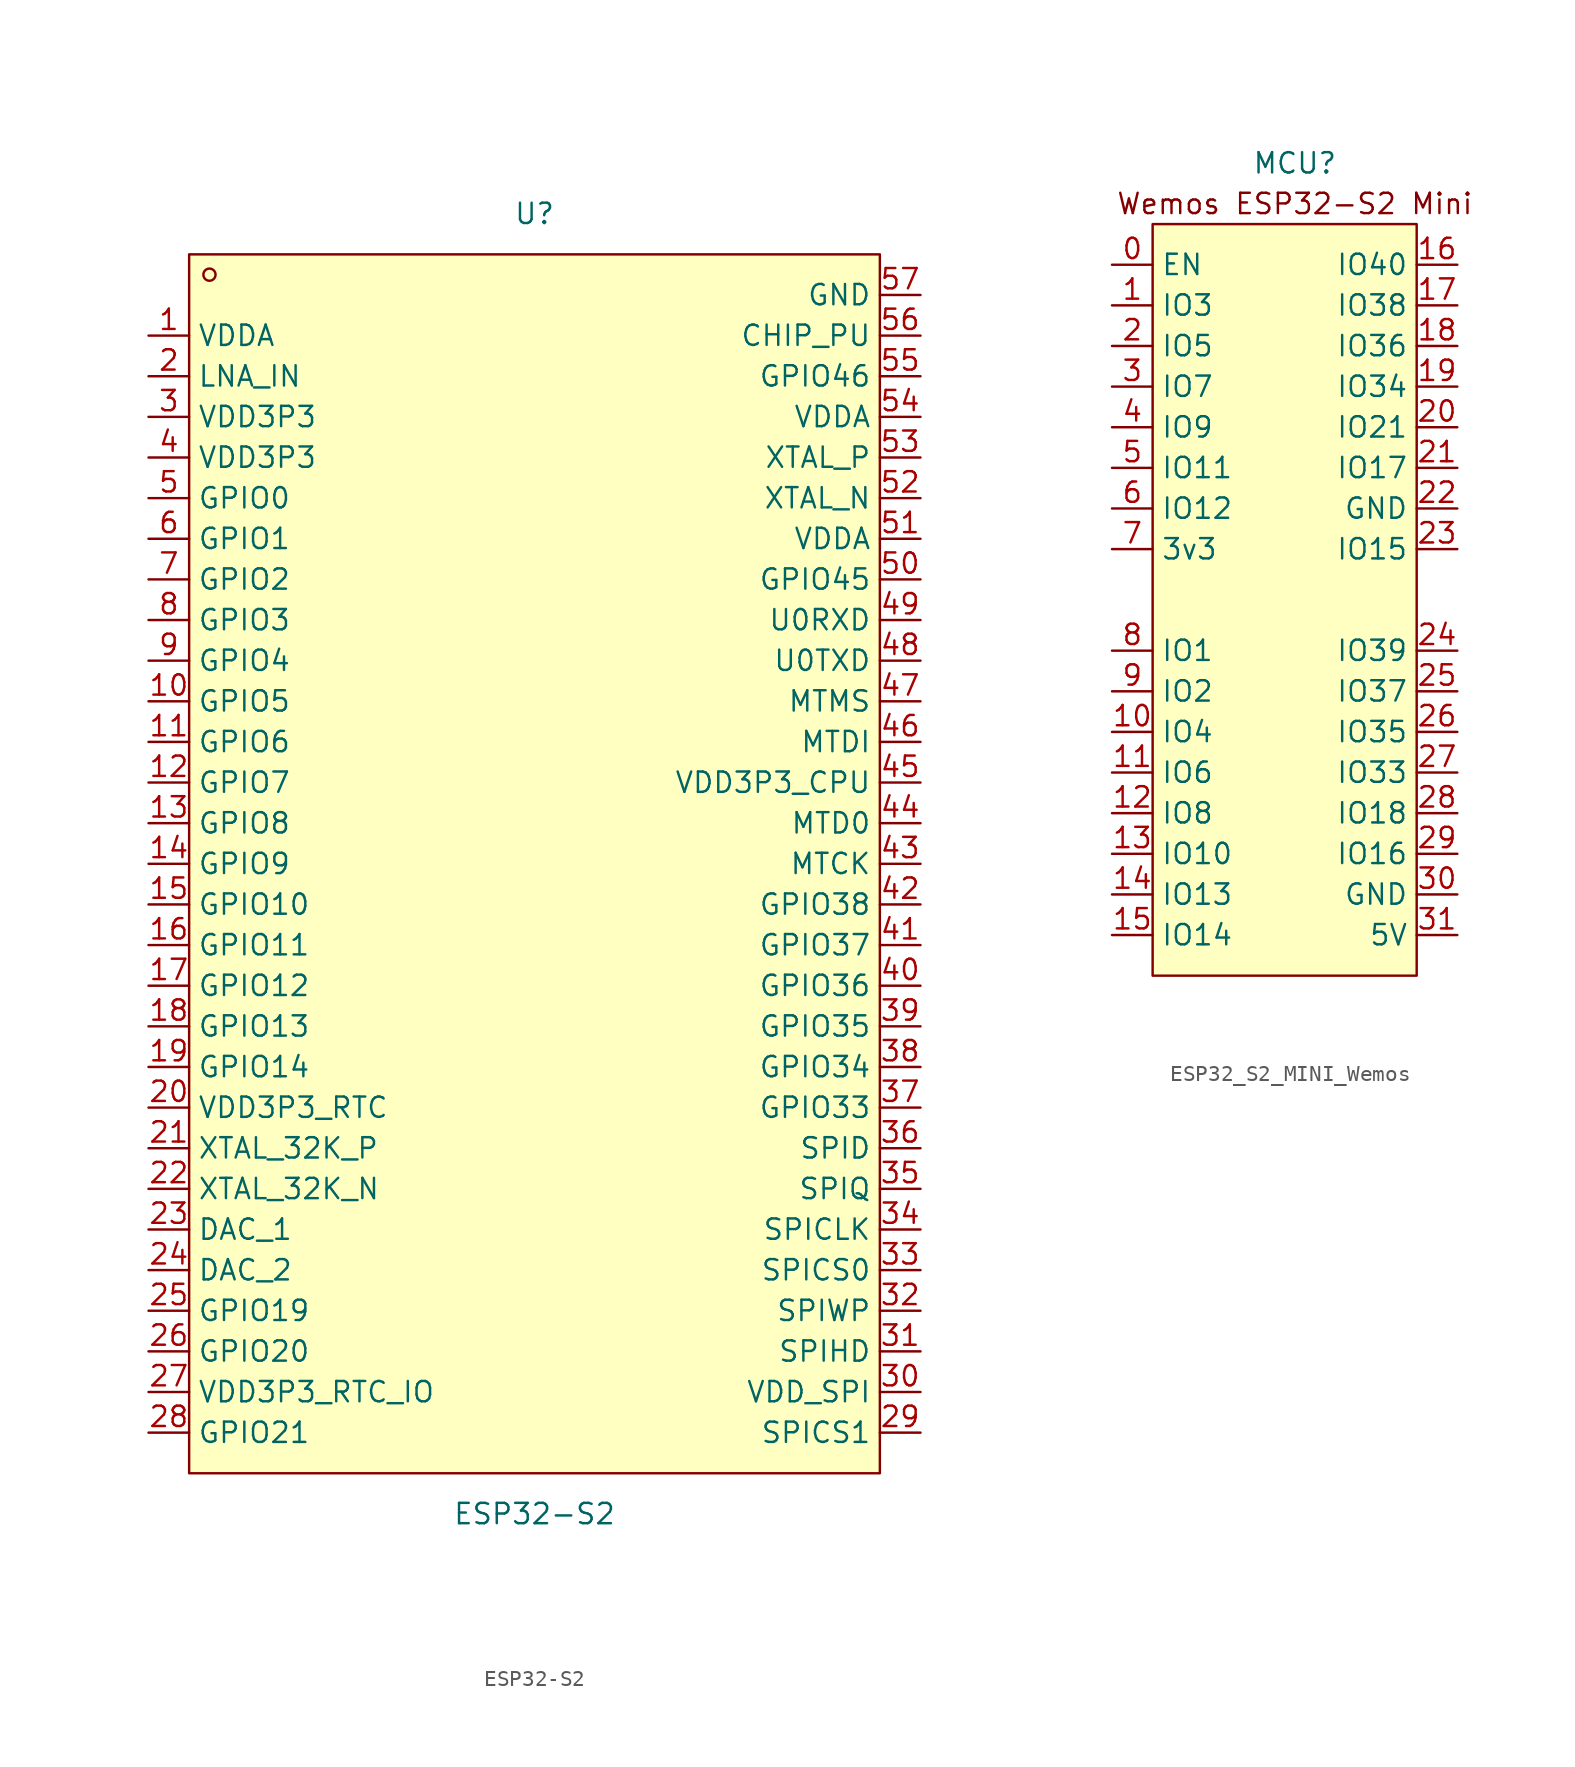
<source format=kicad_sym>
(kicad_symbol_lib
  (version 20220914)
  (generator kicad_symbol_editor)
  (symbol "ESP32-S2"
    (property "Reference" "U"
      (at 0 40.64 0)
      (effects (font (size 1.27 1.27))))
    (property "Value" "ESP32-S2"
      (at 0 -40.64 0)
      (effects (font (size 1.27 1.27))))
    (symbol "ESP32-S2_0_1"
      (rectangle (start -21.59 38.1) (end 21.59 -38.1) (stroke (width 0) (type default)) (fill (type background)))
      (circle (center -20.32 36.83) (radius 0.38) (stroke (width 0) (type default)) (fill (type none)))
      (pin unspecified line (at -24.13 33.02 0) (length 2.54) (name "VDDA" (effects (font (size 1.27 1.27)))) (number "1" (effects (font (size 1.27 1.27)))))
      (pin unspecified line (at -24.13 10.16 0) (length 2.54) (name "GPIO5" (effects (font (size 1.27 1.27)))) (number "10" (effects (font (size 1.27 1.27)))))
      (pin unspecified line (at -24.13 7.62 0) (length 2.54) (name "GPIO6" (effects (font (size 1.27 1.27)))) (number "11" (effects (font (size 1.27 1.27)))))
      (pin unspecified line (at -24.13 5.08 0) (length 2.54) (name "GPIO7" (effects (font (size 1.27 1.27)))) (number "12" (effects (font (size 1.27 1.27)))))
      (pin unspecified line (at -24.13 2.54 0) (length 2.54) (name "GPIO8" (effects (font (size 1.27 1.27)))) (number "13" (effects (font (size 1.27 1.27)))))
      (pin unspecified line (at -24.13 0 0) (length 2.54) (name "GPIO9" (effects (font (size 1.27 1.27)))) (number "14" (effects (font (size 1.27 1.27)))))
      (pin unspecified line (at -24.13 -2.54 0) (length 2.54) (name "GPIO10" (effects (font (size 1.27 1.27)))) (number "15" (effects (font (size 1.27 1.27)))))
      (pin unspecified line (at -24.13 -5.08 0) (length 2.54) (name "GPIO11" (effects (font (size 1.27 1.27)))) (number "16" (effects (font (size 1.27 1.27)))))
      (pin unspecified line (at -24.13 -7.62 0) (length 2.54) (name "GPIO12" (effects (font (size 1.27 1.27)))) (number "17" (effects (font (size 1.27 1.27)))))
      (pin unspecified line (at -24.13 -10.16 0) (length 2.54) (name "GPIO13" (effects (font (size 1.27 1.27)))) (number "18" (effects (font (size 1.27 1.27)))))
      (pin unspecified line (at -24.13 -12.7 0) (length 2.54) (name "GPIO14" (effects (font (size 1.27 1.27)))) (number "19" (effects (font (size 1.27 1.27)))))
      (pin unspecified line (at -24.13 30.48 0) (length 2.54) (name "LNA_IN" (effects (font (size 1.27 1.27)))) (number "2" (effects (font (size 1.27 1.27)))))
      (pin unspecified line (at -24.13 -15.24 0) (length 2.54) (name "VDD3P3_RTC" (effects (font (size 1.27 1.27)))) (number "20" (effects (font (size 1.27 1.27)))))
      (pin unspecified line (at -24.13 -17.78 0) (length 2.54) (name "XTAL_32K_P" (effects (font (size 1.27 1.27)))) (number "21" (effects (font (size 1.27 1.27)))))
      (pin unspecified line (at -24.13 -20.32 0) (length 2.54) (name "XTAL_32K_N" (effects (font (size 1.27 1.27)))) (number "22" (effects (font (size 1.27 1.27)))))
      (pin unspecified line (at -24.13 -22.86 0) (length 2.54) (name "DAC_1" (effects (font (size 1.27 1.27)))) (number "23" (effects (font (size 1.27 1.27)))))
      (pin unspecified line (at -24.13 -25.4 0) (length 2.54) (name "DAC_2" (effects (font (size 1.27 1.27)))) (number "24" (effects (font (size 1.27 1.27)))))
      (pin unspecified line (at -24.13 -27.94 0) (length 2.54) (name "GPIO19" (effects (font (size 1.27 1.27)))) (number "25" (effects (font (size 1.27 1.27)))))
      (pin unspecified line (at -24.13 -30.48 0) (length 2.54) (name "GPIO20" (effects (font (size 1.27 1.27)))) (number "26" (effects (font (size 1.27 1.27)))))
      (pin unspecified line (at -24.13 -33.02 0) (length 2.54) (name "VDD3P3_RTC_IO" (effects (font (size 1.27 1.27)))) (number "27" (effects (font (size 1.27 1.27)))))
      (pin unspecified line (at -24.13 -35.56 0) (length 2.54) (name "GPIO21" (effects (font (size 1.27 1.27)))) (number "28" (effects (font (size 1.27 1.27)))))
      (pin unspecified line (at 24.13 -35.56 180) (length 2.54) (name "SPICS1" (effects (font (size 1.27 1.27)))) (number "29" (effects (font (size 1.27 1.27)))))
      (pin unspecified line (at -24.13 27.94 0) (length 2.54) (name "VDD3P3" (effects (font (size 1.27 1.27)))) (number "3" (effects (font (size 1.27 1.27)))))
      (pin unspecified line (at 24.13 -33.02 180) (length 2.54) (name "VDD_SPI" (effects (font (size 1.27 1.27)))) (number "30" (effects (font (size 1.27 1.27)))))
      (pin unspecified line (at 24.13 -30.48 180) (length 2.54) (name "SPIHD" (effects (font (size 1.27 1.27)))) (number "31" (effects (font (size 1.27 1.27)))))
      (pin unspecified line (at 24.13 -27.94 180) (length 2.54) (name "SPIWP" (effects (font (size 1.27 1.27)))) (number "32" (effects (font (size 1.27 1.27)))))
      (pin unspecified line (at 24.13 -25.4 180) (length 2.54) (name "SPICS0" (effects (font (size 1.27 1.27)))) (number "33" (effects (font (size 1.27 1.27)))))
      (pin unspecified line (at 24.13 -22.86 180) (length 2.54) (name "SPICLK" (effects (font (size 1.27 1.27)))) (number "34" (effects (font (size 1.27 1.27)))))
      (pin unspecified line (at 24.13 -20.32 180) (length 2.54) (name "SPIQ" (effects (font (size 1.27 1.27)))) (number "35" (effects (font (size 1.27 1.27)))))
      (pin unspecified line (at 24.13 -17.78 180) (length 2.54) (name "SPID" (effects (font (size 1.27 1.27)))) (number "36" (effects (font (size 1.27 1.27)))))
      (pin unspecified line (at 24.13 -15.24 180) (length 2.54) (name "GPIO33" (effects (font (size 1.27 1.27)))) (number "37" (effects (font (size 1.27 1.27)))))
      (pin unspecified line (at 24.13 -12.7 180) (length 2.54) (name "GPIO34" (effects (font (size 1.27 1.27)))) (number "38" (effects (font (size 1.27 1.27)))))
      (pin unspecified line (at 24.13 -10.16 180) (length 2.54) (name "GPIO35" (effects (font (size 1.27 1.27)))) (number "39" (effects (font (size 1.27 1.27)))))
      (pin unspecified line (at -24.13 25.4 0) (length 2.54) (name "VDD3P3" (effects (font (size 1.27 1.27)))) (number "4" (effects (font (size 1.27 1.27)))))
      (pin unspecified line (at 24.13 -7.62 180) (length 2.54) (name "GPIO36" (effects (font (size 1.27 1.27)))) (number "40" (effects (font (size 1.27 1.27)))))
      (pin unspecified line (at 24.13 -5.08 180) (length 2.54) (name "GPIO37" (effects (font (size 1.27 1.27)))) (number "41" (effects (font (size 1.27 1.27)))))
      (pin unspecified line (at 24.13 -2.54 180) (length 2.54) (name "GPIO38" (effects (font (size 1.27 1.27)))) (number "42" (effects (font (size 1.27 1.27)))))
      (pin unspecified line (at 24.13 0 180) (length 2.54) (name "MTCK" (effects (font (size 1.27 1.27)))) (number "43" (effects (font (size 1.27 1.27)))))
      (pin unspecified line (at 24.13 2.54 180) (length 2.54) (name "MTD0" (effects (font (size 1.27 1.27)))) (number "44" (effects (font (size 1.27 1.27)))))
      (pin unspecified line (at 24.13 5.08 180) (length 2.54) (name "VDD3P3_CPU" (effects (font (size 1.27 1.27)))) (number "45" (effects (font (size 1.27 1.27)))))
      (pin unspecified line (at 24.13 7.62 180) (length 2.54) (name "MTDI" (effects (font (size 1.27 1.27)))) (number "46" (effects (font (size 1.27 1.27)))))
      (pin unspecified line (at 24.13 10.16 180) (length 2.54) (name "MTMS" (effects (font (size 1.27 1.27)))) (number "47" (effects (font (size 1.27 1.27)))))
      (pin unspecified line (at 24.13 12.7 180) (length 2.54) (name "U0TXD" (effects (font (size 1.27 1.27)))) (number "48" (effects (font (size 1.27 1.27)))))
      (pin unspecified line (at 24.13 15.24 180) (length 2.54) (name "U0RXD" (effects (font (size 1.27 1.27)))) (number "49" (effects (font (size 1.27 1.27)))))
      (pin unspecified line (at -24.13 22.86 0) (length 2.54) (name "GPIO0" (effects (font (size 1.27 1.27)))) (number "5" (effects (font (size 1.27 1.27)))))
      (pin unspecified line (at 24.13 17.78 180) (length 2.54) (name "GPIO45" (effects (font (size 1.27 1.27)))) (number "50" (effects (font (size 1.27 1.27)))))
      (pin unspecified line (at 24.13 20.32 180) (length 2.54) (name "VDDA" (effects (font (size 1.27 1.27)))) (number "51" (effects (font (size 1.27 1.27)))))
      (pin unspecified line (at 24.13 22.86 180) (length 2.54) (name "XTAL_N" (effects (font (size 1.27 1.27)))) (number "52" (effects (font (size 1.27 1.27)))))
      (pin unspecified line (at 24.13 25.4 180) (length 2.54) (name "XTAL_P" (effects (font (size 1.27 1.27)))) (number "53" (effects (font (size 1.27 1.27)))))
      (pin unspecified line (at 24.13 27.94 180) (length 2.54) (name "VDDA" (effects (font (size 1.27 1.27)))) (number "54" (effects (font (size 1.27 1.27)))))
      (pin unspecified line (at 24.13 30.48 180) (length 2.54) (name "GPIO46" (effects (font (size 1.27 1.27)))) (number "55" (effects (font (size 1.27 1.27)))))
      (pin unspecified line (at 24.13 33.02 180) (length 2.54) (name "CHIP_PU" (effects (font (size 1.27 1.27)))) (number "56" (effects (font (size 1.27 1.27)))))
      (pin unspecified line (at 24.13 35.56 180) (length 2.54) (name "GND" (effects (font (size 1.27 1.27)))) (number "57" (effects (font (size 1.27 1.27)))))
      (pin unspecified line (at -24.13 20.32 0) (length 2.54) (name "GPIO1" (effects (font (size 1.27 1.27)))) (number "6" (effects (font (size 1.27 1.27)))))
      (pin unspecified line (at -24.13 17.78 0) (length 2.54) (name "GPIO2" (effects (font (size 1.27 1.27)))) (number "7" (effects (font (size 1.27 1.27)))))
      (pin unspecified line (at -24.13 15.24 0) (length 2.54) (name "GPIO3" (effects (font (size 1.27 1.27)))) (number "8" (effects (font (size 1.27 1.27)))))
      (pin unspecified line (at -24.13 12.7 0) (length 2.54) (name "GPIO4" (effects (font (size 1.27 1.27)))) (number "9" (effects (font (size 1.27 1.27)))))))
  (symbol "ESP32_S2_MINI_Wemos"
    (property "Reference" "MCU"
      (at 0 6.35 0)
      (effects (font (size 1.27 1.27))))
    (property "Value" ""
      (at -11.43 0 0)
      (effects (font (size 1.27 1.27))))
    (symbol "ESP32_S2_MINI_Wemos_0_0"
      (pin unspecified line (at -11.43 0 0) (length 2.54) (name "EN" (effects (font (size 1.27 1.27)))) (number "0" (effects (font (size 1.27 1.27)))))
      (pin unspecified line (at -11.43 -2.54 0) (length 2.54) (name "IO3" (effects (font (size 1.27 1.27)))) (number "1" (effects (font (size 1.27 1.27)))))
      (pin unspecified line (at -11.43 -29.21 0) (length 2.54) (name "IO4" (effects (font (size 1.27 1.27)))) (number "10" (effects (font (size 1.27 1.27)))))
      (pin unspecified line (at -11.43 -31.75 0) (length 2.54) (name "IO6" (effects (font (size 1.27 1.27)))) (number "11" (effects (font (size 1.27 1.27)))))
      (pin unspecified line (at -11.43 -34.29 0) (length 2.54) (name "IO8" (effects (font (size 1.27 1.27)))) (number "12" (effects (font (size 1.27 1.27)))))
      (pin unspecified line (at -11.43 -36.83 0) (length 2.54) (name "IO10" (effects (font (size 1.27 1.27)))) (number "13" (effects (font (size 1.27 1.27)))))
      (pin unspecified line (at -11.43 -39.37 0) (length 2.54) (name "IO13" (effects (font (size 1.27 1.27)))) (number "14" (effects (font (size 1.27 1.27)))))
      (pin unspecified line (at -11.43 -41.91 0) (length 2.54) (name "IO14" (effects (font (size 1.27 1.27)))) (number "15" (effects (font (size 1.27 1.27)))))
      (pin unspecified line (at 10.16 0 180) (length 2.54) (name "IO40" (effects (font (size 1.27 1.27)))) (number "16" (effects (font (size 1.27 1.27)))))
      (pin unspecified line (at 10.16 -2.54 180) (length 2.54) (name "IO38" (effects (font (size 1.27 1.27)))) (number "17" (effects (font (size 1.27 1.27)))))
      (pin unspecified line (at 10.16 -5.08 180) (length 2.54) (name "IO36" (effects (font (size 1.27 1.27)))) (number "18" (effects (font (size 1.27 1.27)))))
      (pin unspecified line (at 10.16 -7.62 180) (length 2.54) (name "IO34" (effects (font (size 1.27 1.27)))) (number "19" (effects (font (size 1.27 1.27)))))
      (pin unspecified line (at -11.43 -5.08 0) (length 2.54) (name "IO5" (effects (font (size 1.27 1.27)))) (number "2" (effects (font (size 1.27 1.27)))))
      (pin unspecified line (at 10.16 -10.16 180) (length 2.54) (name "IO21" (effects (font (size 1.27 1.27)))) (number "20" (effects (font (size 1.27 1.27)))))
      (pin unspecified line (at 10.16 -12.7 180) (length 2.54) (name "IO17" (effects (font (size 1.27 1.27)))) (number "21" (effects (font (size 1.27 1.27)))))
      (pin unspecified line (at 10.16 -15.24 180) (length 2.54) (name "GND" (effects (font (size 1.27 1.27)))) (number "22" (effects (font (size 1.27 1.27)))))
      (pin unspecified line (at 10.16 -17.78 180) (length 2.54) (name "IO15" (effects (font (size 1.27 1.27)))) (number "23" (effects (font (size 1.27 1.27)))))
      (pin unspecified line (at 10.16 -24.13 180) (length 2.54) (name "IO39" (effects (font (size 1.27 1.27)))) (number "24" (effects (font (size 1.27 1.27)))))
      (pin unspecified line (at 10.16 -26.67 180) (length 2.54) (name "IO37" (effects (font (size 1.27 1.27)))) (number "25" (effects (font (size 1.27 1.27)))))
      (pin unspecified line (at 10.16 -29.21 180) (length 2.54) (name "IO35" (effects (font (size 1.27 1.27)))) (number "26" (effects (font (size 1.27 1.27)))))
      (pin unspecified line (at 10.16 -31.75 180) (length 2.54) (name "IO33" (effects (font (size 1.27 1.27)))) (number "27" (effects (font (size 1.27 1.27)))))
      (pin unspecified line (at 10.16 -34.29 180) (length 2.54) (name "IO18" (effects (font (size 1.27 1.27)))) (number "28" (effects (font (size 1.27 1.27)))))
      (pin unspecified line (at 10.16 -36.83 180) (length 2.54) (name "IO16" (effects (font (size 1.27 1.27)))) (number "29" (effects (font (size 1.27 1.27)))))
      (pin unspecified line (at -11.43 -7.62 0) (length 2.54) (name "IO7" (effects (font (size 1.27 1.27)))) (number "3" (effects (font (size 1.27 1.27)))))
      (pin unspecified line (at 10.16 -39.37 180) (length 2.54) (name "GND" (effects (font (size 1.27 1.27)))) (number "30" (effects (font (size 1.27 1.27)))))
      (pin unspecified line (at 10.16 -41.91 180) (length 2.54) (name "5V" (effects (font (size 1.27 1.27)))) (number "31" (effects (font (size 1.27 1.27)))))
      (pin unspecified line (at -11.43 -10.16 0) (length 2.54) (name "IO9" (effects (font (size 1.27 1.27)))) (number "4" (effects (font (size 1.27 1.27)))))
      (pin unspecified line (at -11.43 -12.7 0) (length 2.54) (name "IO11" (effects (font (size 1.27 1.27)))) (number "5" (effects (font (size 1.27 1.27)))))
      (pin unspecified line (at -11.43 -15.24 0) (length 2.54) (name "IO12" (effects (font (size 1.27 1.27)))) (number "6" (effects (font (size 1.27 1.27)))))
      (pin unspecified line (at -11.43 -17.78 0) (length 2.54) (name "3v3" (effects (font (size 1.27 1.27)))) (number "7" (effects (font (size 1.27 1.27)))))
      (pin unspecified line (at -11.43 -24.13 0) (length 2.54) (name "IO1" (effects (font (size 1.27 1.27)))) (number "8" (effects (font (size 1.27 1.27)))))
      (pin unspecified line (at -11.43 -26.67 0) (length 2.54) (name "IO2" (effects (font (size 1.27 1.27)))) (number "9" (effects (font (size 1.27 1.27))))))
    (symbol "ESP32_S2_MINI_Wemos_1_1"
      (rectangle (start -8.89 2.54) (end 7.62 -44.45) (stroke (width 0) (type default)) (fill (type background)))
      (text "Wemos ESP32-S2 Mini" (at 0 3.81 0) (effects (font (size 1.27 1.27)))))))
</source>
